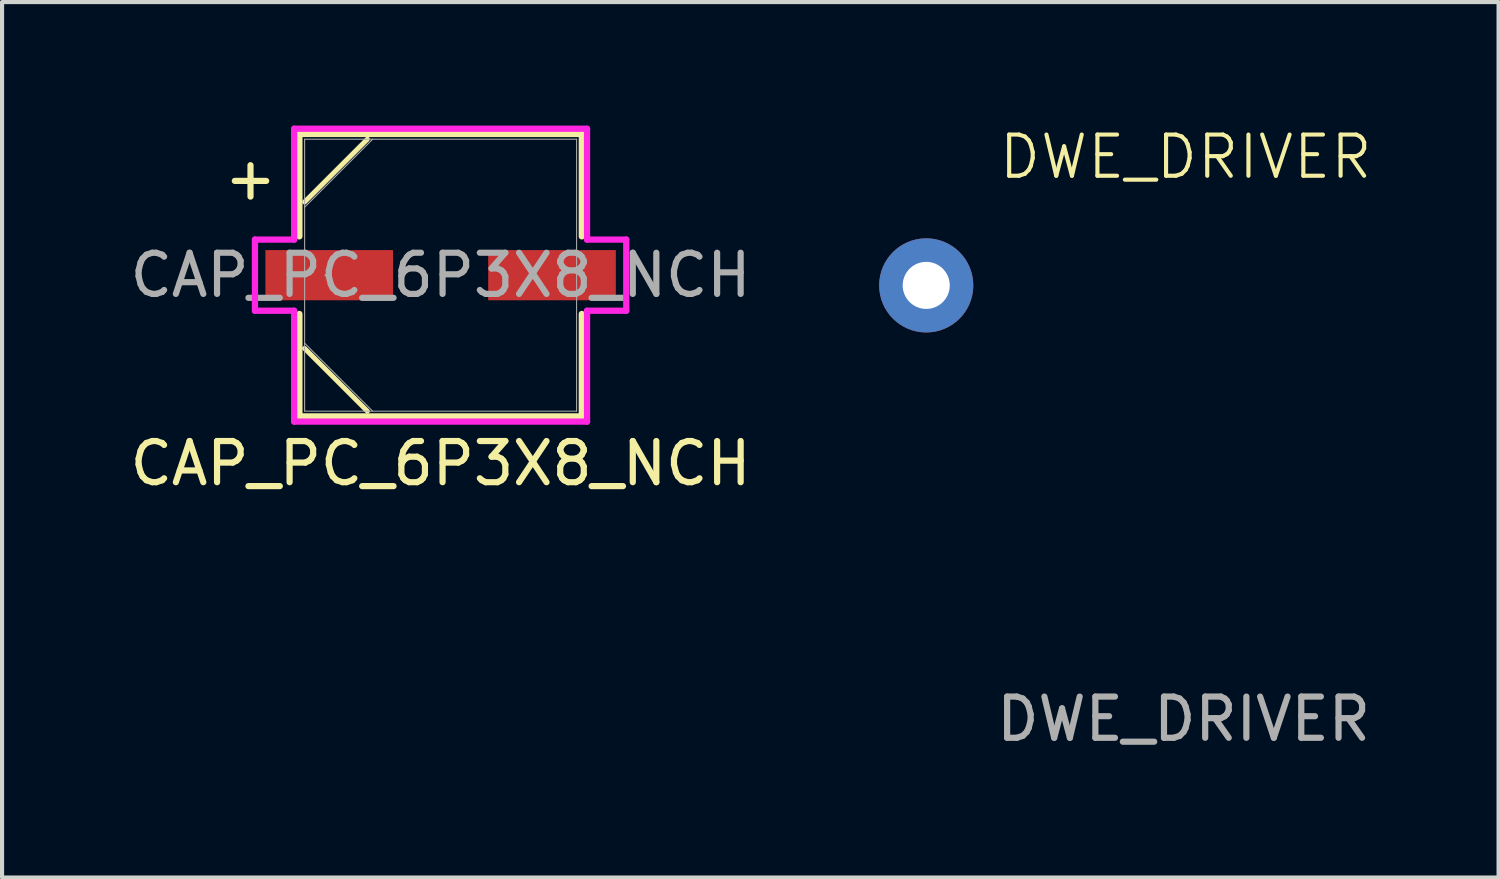
<source format=kicad_pcb>
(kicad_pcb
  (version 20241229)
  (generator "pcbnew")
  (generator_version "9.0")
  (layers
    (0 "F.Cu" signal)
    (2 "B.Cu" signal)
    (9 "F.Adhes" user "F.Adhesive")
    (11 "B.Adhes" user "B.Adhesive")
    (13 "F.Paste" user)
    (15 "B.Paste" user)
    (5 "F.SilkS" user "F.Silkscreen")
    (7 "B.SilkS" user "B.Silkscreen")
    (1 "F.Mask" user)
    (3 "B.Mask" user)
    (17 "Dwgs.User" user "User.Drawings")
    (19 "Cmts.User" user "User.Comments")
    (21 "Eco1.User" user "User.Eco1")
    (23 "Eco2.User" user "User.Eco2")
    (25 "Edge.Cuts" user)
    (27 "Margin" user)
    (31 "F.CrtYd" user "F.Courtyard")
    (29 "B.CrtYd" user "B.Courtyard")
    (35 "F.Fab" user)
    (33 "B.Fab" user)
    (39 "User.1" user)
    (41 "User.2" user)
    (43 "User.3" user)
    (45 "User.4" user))
  (footprint "DWE_DRIVER"
    (layer "F.Cu")
    (at 25.791 5.785)
    (property "Reference" "DWE_DRIVER" (at -0.05 -5.025 0) (unlocked yes) (layer "F.SilkS") (effects (font (size 1 1) (thickness 0.1))))
    (attr through_hole)
    (fp_text user "${REFERENCE}" (at -0.1 8.625 0) (unlocked yes) (layer "F.Fab") (effects (font (size 1 1) (thickness 0.15))))
    (pad "1" thru_hole circle (at -6.35 -1.905) (size 2.286 2.286) (drill 1.143) (layers "*.Cu" "*.Mask")))
  (footprint "CAP_PC_6P3X8_NCH"
    (layer "F.Cu")
    (at 7.649 3.632)
    (property "Reference" "CAP_PC_6P3X8_NCH" (at 0 4.572 0) (unlocked yes) (layer "F.SilkS") (effects (font (size 1 1) (thickness 0.15))))
    (attr smd)
    (fp_line (start -3.429 -3.429) (end -3.429 -0.942) (stroke (width 0.152) (type solid)) (layer "F.SilkS"))
    (fp_line (start -3.429 0.942) (end -3.429 3.429) (stroke (width 0.152) (type solid)) (layer "F.SilkS"))
    (fp_line (start -3.429 3.429) (end 3.429 3.429) (stroke (width 0.152) (type solid)) (layer "F.SilkS"))
    (fp_line (start -3.302 -1.778) (end -1.778 -3.302) (stroke (width 0.12) (type default)) (layer "F.SilkS"))
    (fp_line (start -3.302 1.778) (end -1.778 3.302) (stroke (width 0.12) (type default)) (layer "F.SilkS"))
    (fp_line (start 3.429 -3.429) (end -3.429 -3.429) (stroke (width 0.152) (type solid)) (layer "F.SilkS"))
    (fp_line (start 3.429 -0.942) (end 3.429 -3.429) (stroke (width 0.152) (type solid)) (layer "F.SilkS"))
    (fp_line (start 3.429 3.429) (end 3.429 0.942) (stroke (width 0.152) (type solid)) (layer "F.SilkS"))
    (fp_line (start -4.508 -0.864) (end -3.556 -0.864) (stroke (width 0.152) (type solid)) (layer "F.CrtYd"))
    (fp_line (start -4.508 0.864) (end -4.508 -0.864) (stroke (width 0.152) (type solid)) (layer "F.CrtYd"))
    (fp_line (start -3.556 -3.556) (end 3.556 -3.556) (stroke (width 0.152) (type solid)) (layer "F.CrtYd"))
    (fp_line (start -3.556 -0.864) (end -3.556 -3.556) (stroke (width 0.152) (type solid)) (layer "F.CrtYd"))
    (fp_line (start -3.556 0.864) (end -4.508 0.864) (stroke (width 0.152) (type solid)) (layer "F.CrtYd"))
    (fp_line (start -3.556 3.556) (end -3.556 0.864) (stroke (width 0.152) (type solid)) (layer "F.CrtYd"))
    (fp_line (start 3.556 -3.556) (end 3.556 -0.864) (stroke (width 0.152) (type solid)) (layer "F.CrtYd"))
    (fp_line (start 3.556 -0.864) (end 4.508 -0.864) (stroke (width 0.152) (type solid)) (layer "F.CrtYd"))
    (fp_line (start 3.556 0.864) (end 3.556 3.556) (stroke (width 0.152) (type solid)) (layer "F.CrtYd"))
    (fp_line (start 3.556 3.556) (end -3.556 3.556) (stroke (width 0.152) (type solid)) (layer "F.CrtYd"))
    (fp_line (start 4.508 -0.864) (end 4.508 0.864) (stroke (width 0.152) (type solid)) (layer "F.CrtYd"))
    (fp_line (start 4.508 0.864) (end 3.556 0.864) (stroke (width 0.152) (type solid)) (layer "F.CrtYd"))
    (fp_line (start -3.302 -3.302) (end -3.302 3.302) (stroke (width 0.025) (type solid)) (layer "F.Fab"))
    (fp_line (start -3.302 -1.651) (end -1.651 -3.302) (stroke (width 0.025) (type solid)) (layer "F.Fab"))
    (fp_line (start -3.302 1.651) (end -1.651 3.302) (stroke (width 0.025) (type solid)) (layer "F.Fab"))
    (fp_line (start -3.302 3.302) (end 3.302 3.302) (stroke (width 0.025) (type solid)) (layer "F.Fab"))
    (fp_line (start 3.302 -3.302) (end -3.302 -3.302) (stroke (width 0.025) (type solid)) (layer "F.Fab"))
    (fp_line (start 3.302 3.302) (end 3.302 -3.302) (stroke (width 0.025) (type solid)) (layer "F.Fab"))
    (fp_circle (center -2.794 0) (end -2.794 0) (stroke (width 0.025) (type solid)) (fill no) (layer "F.Fab"))
    (fp_text user "+" (at -5.334 -1.778 0) (unlocked yes) (layer "F.SilkS") (effects (font (size 1 1) (thickness 0.15)) (justify left bottom)))
    (fp_text user "${REFERENCE}" (at 0 0 0) (unlocked yes) (layer "F.Fab") (effects (font (size 1 1) (thickness 0.15))))
    (pad "1" smd rect (at -2.705 0) (size 3.099 1.219) (layers "F.Cu" "F.Mask" "F.Paste"))
    (pad "2" smd rect (at 2.705 0) (size 3.099 1.219) (layers "F.Cu" "F.Mask" "F.Paste"))
    (zone (net_name "") (layer "F.Cu") (hatch full 0.508) (connect_pads) (min_thickness 0.254) (filled_areas_thickness no) (keepout (tracks not_allowed) (vias not_allowed) (pads allowed) (copperpour not_allowed) (footprints allowed)) (placement (enabled no)) (fill) (polygon (pts (xy 4.398 0.381) (xy 10.9 0.381) (xy 10.9 2.972) (xy 4.398 2.972))))
    (zone (net_name "") (layer "F.Cu") (hatch full 0.508) (connect_pads) (min_thickness 0.254) (filled_areas_thickness no) (keepout (tracks not_allowed) (vias not_allowed) (pads allowed) (copperpour not_allowed) (footprints allowed)) (placement (enabled no)) (fill) (polygon (pts (xy 4.398 4.293) (xy 10.9 4.293) (xy 10.9 6.883) (xy 4.398 6.883))))
    (zone (net_name "") (layer "F.Cu") (hatch full 0.508) (connect_pads) (min_thickness 0.254) (filled_areas_thickness no) (keepout (tracks not_allowed) (vias not_allowed) (pads allowed) (copperpour not_allowed) (footprints allowed)) (placement (enabled no)) (fill) (polygon (pts (xy 6.544 2.972) (xy 8.754 2.972) (xy 8.754 4.293) (xy 6.544 4.293)))))
  (gr_rect
    (start -3 -3)
    (end 33.339 18.259)
    (stroke (width 0.1) (type default))
    (fill no)
    (layer "Edge.Cuts")))
</source>
